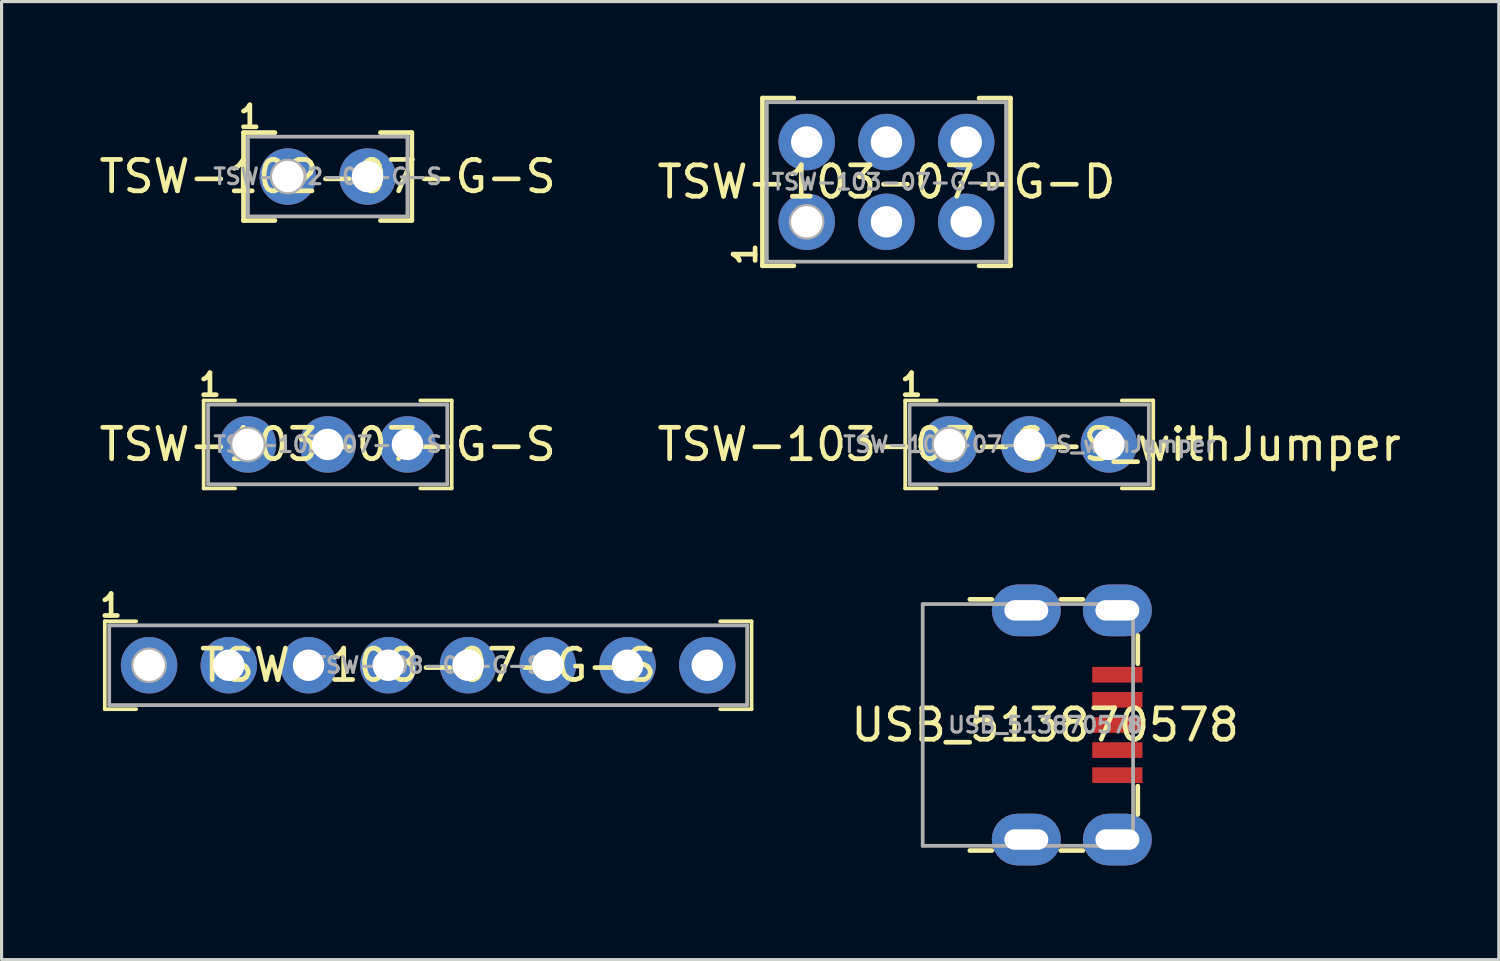
<source format=kicad_pcb>
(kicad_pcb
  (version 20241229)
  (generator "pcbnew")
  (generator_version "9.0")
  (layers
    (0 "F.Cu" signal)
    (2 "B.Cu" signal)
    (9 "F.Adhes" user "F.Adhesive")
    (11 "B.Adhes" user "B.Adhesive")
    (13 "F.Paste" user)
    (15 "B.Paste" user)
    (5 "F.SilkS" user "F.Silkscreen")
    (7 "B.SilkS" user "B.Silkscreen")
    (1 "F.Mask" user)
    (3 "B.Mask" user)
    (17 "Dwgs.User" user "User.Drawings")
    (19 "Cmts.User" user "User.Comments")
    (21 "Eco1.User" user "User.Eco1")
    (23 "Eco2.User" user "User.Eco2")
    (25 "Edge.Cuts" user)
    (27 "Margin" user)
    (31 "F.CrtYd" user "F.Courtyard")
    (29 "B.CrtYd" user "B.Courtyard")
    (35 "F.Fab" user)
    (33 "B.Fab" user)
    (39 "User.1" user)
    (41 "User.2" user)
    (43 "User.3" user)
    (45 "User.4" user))
  (footprint "TSW-102-07-G-S"
    (layer "F.Cu")
    (at 7.387 2.573)
    (property "Reference" "TSW-102-07-G-S" (at 0 0 0) (layer "F.SilkS") (effects (font (size 1 1) (thickness 0.15))))
    (attr through_hole)
    (fp_line (start -2.68 -1.4) (end -2.68 1.4) (stroke (width 0.15) (type solid)) (layer "F.SilkS"))
    (fp_line (start -2.68 -1.4) (end -1.68 -1.4) (stroke (width 0.15) (type solid)) (layer "F.SilkS"))
    (fp_line (start -2.68 1.4) (end -1.68 1.4) (stroke (width 0.15) (type solid)) (layer "F.SilkS"))
    (fp_line (start 2.68 -1.4) (end 1.68 -1.4) (stroke (width 0.15) (type solid)) (layer "F.SilkS"))
    (fp_line (start 2.68 1.4) (end 1.68 1.4) (stroke (width 0.15) (type solid)) (layer "F.SilkS"))
    (fp_line (start 2.68 1.4) (end 2.68 -1.4) (stroke (width 0.15) (type solid)) (layer "F.SilkS"))
    (fp_line (start -2.54 -1.27) (end -2.54 1.27) (stroke (width 0.12) (type solid)) (layer "F.Fab"))
    (fp_line (start -2.54 1.27) (end 2.54 1.27) (stroke (width 0.12) (type solid)) (layer "F.Fab"))
    (fp_line (start 2.54 -1.27) (end -2.54 -1.27) (stroke (width 0.12) (type solid)) (layer "F.Fab"))
    (fp_line (start 2.54 1.27) (end 2.54 -1.27) (stroke (width 0.12) (type solid)) (layer "F.Fab"))
    (fp_circle (center -1.27 0) (end -1.27 -0.508) (stroke (width 0.12) (type solid)) (fill no) (layer "F.Fab"))
    (fp_text user "1" (at -2.48 -1.9 0) (layer "F.SilkS") (effects (font (size 0.7 0.7) (thickness 0.15))))
    (fp_text user "${REFERENCE}" (at 0 0 0) (layer "F.Fab") (effects (font (size 0.5 0.5) (thickness 0.1))))
    (pad "1" thru_hole circle (at -1.27 0) (size 1.8 1.8) (drill 1) (layers "*.Cu" "*.Mask"))
    (pad "2" thru_hole circle (at 1.27 0) (size 1.8 1.8) (drill 1) (layers "*.Cu" "*.Mask")))
  (footprint "TSW-108-07-G-S"
    (layer "F.Cu")
    (at 10.588 18.139)
    (property "Reference" "TSW-108-07-G-S" (at 0 0 0) (layer "F.SilkS") (effects (font (size 1 1) (thickness 0.15))))
    (attr through_hole)
    (fp_line (start -10.3 -1.4) (end -10.3 1.4) (stroke (width 0.12) (type solid)) (layer "F.SilkS"))
    (fp_line (start -10.3 -1.4) (end -9.3 -1.4) (stroke (width 0.12) (type solid)) (layer "F.SilkS"))
    (fp_line (start -10.3 1.4) (end -9.3 1.4) (stroke (width 0.12) (type solid)) (layer "F.SilkS"))
    (fp_line (start 10.3 -1.4) (end 9.3 -1.4) (stroke (width 0.12) (type solid)) (layer "F.SilkS"))
    (fp_line (start 10.3 1.4) (end 9.3 1.4) (stroke (width 0.12) (type solid)) (layer "F.SilkS"))
    (fp_line (start 10.3 1.4) (end 10.3 -1.4) (stroke (width 0.12) (type solid)) (layer "F.SilkS"))
    (fp_line (start -10.16 -1.27) (end -10.16 1.27) (stroke (width 0.12) (type solid)) (layer "F.Fab"))
    (fp_line (start -10.16 1.27) (end 10.16 1.27) (stroke (width 0.12) (type solid)) (layer "F.Fab"))
    (fp_line (start 10.16 -1.27) (end -10.16 -1.27) (stroke (width 0.12) (type solid)) (layer "F.Fab"))
    (fp_line (start 10.16 1.27) (end 10.16 -1.27) (stroke (width 0.12) (type solid)) (layer "F.Fab"))
    (fp_circle (center -8.89 0) (end -8.89 -0.508) (stroke (width 0.12) (type solid)) (fill no) (layer "F.Fab"))
    (fp_text user "1" (at -10.1 -1.9 0) (layer "F.SilkS") (effects (font (size 0.7 0.7) (thickness 0.15))))
    (fp_text user "${REFERENCE}" (at 0 0 0) (layer "F.Fab") (effects (font (size 0.5 0.5) (thickness 0.1))))
    (pad "1" thru_hole circle (at -8.89 0) (size 1.8 1.8) (drill 1) (layers "*.Cu" "*.Mask"))
    (pad "2" thru_hole circle (at -6.35 0) (size 1.8 1.8) (drill 1) (layers "*.Cu" "*.Mask"))
    (pad "3" thru_hole circle (at -3.81 0) (size 1.8 1.8) (drill 1) (layers "*.Cu" "*.Mask"))
    (pad "4" thru_hole circle (at -1.27 0) (size 1.8 1.8) (drill 1) (layers "*.Cu" "*.Mask"))
    (pad "5" thru_hole circle (at 1.27 0) (size 1.8 1.8) (drill 1) (layers "*.Cu" "*.Mask"))
    (pad "6" thru_hole circle (at 3.81 0) (size 1.8 1.8) (drill 1) (layers "*.Cu" "*.Mask"))
    (pad "7" thru_hole circle (at 6.35 0) (size 1.8 1.8) (drill 1) (layers "*.Cu" "*.Mask"))
    (pad "8" thru_hole circle (at 8.89 0) (size 1.8 1.8) (drill 1) (layers "*.Cu" "*.Mask")))
  (footprint "TSW-103-07-G-D"
    (layer "F.Cu")
    (at 25.185 2.745)
    (property "Reference" "TSW-103-07-G-D" (at 0 0 0) (layer "F.SilkS") (effects (font (size 1 1) (thickness 0.15))))
    (attr through_hole)
    (fp_line (start -3.95 -2.67) (end -3.95 2.67) (stroke (width 0.15) (type solid)) (layer "F.SilkS"))
    (fp_line (start -3.95 -2.67) (end -2.95 -2.67) (stroke (width 0.15) (type solid)) (layer "F.SilkS"))
    (fp_line (start -3.95 2.67) (end -2.95 2.67) (stroke (width 0.15) (type solid)) (layer "F.SilkS"))
    (fp_line (start 3.95 -2.67) (end 2.95 -2.67) (stroke (width 0.15) (type solid)) (layer "F.SilkS"))
    (fp_line (start 3.95 2.67) (end 2.95 2.67) (stroke (width 0.15) (type solid)) (layer "F.SilkS"))
    (fp_line (start 3.95 2.67) (end 3.95 -2.67) (stroke (width 0.15) (type solid)) (layer "F.SilkS"))
    (fp_line (start -3.81 -2.54) (end -3.81 2.54) (stroke (width 0.12) (type solid)) (layer "F.Fab"))
    (fp_line (start -3.81 2.54) (end 3.81 2.54) (stroke (width 0.12) (type solid)) (layer "F.Fab"))
    (fp_line (start 3.81 -2.54) (end -3.81 -2.54) (stroke (width 0.12) (type solid)) (layer "F.Fab"))
    (fp_line (start 3.81 2.54) (end 3.81 -2.54) (stroke (width 0.12) (type solid)) (layer "F.Fab"))
    (fp_circle (center -2.54 1.27) (end -2.54 0.762) (stroke (width 0.12) (type solid)) (fill no) (layer "F.Fab"))
    (fp_text user "1" (at -4.5 2.3 90) (layer "F.SilkS") (effects (font (size 0.7 0.7) (thickness 0.15))))
    (fp_text user "${REFERENCE}" (at 0 0 0) (layer "F.Fab") (effects (font (size 0.5 0.5) (thickness 0.1))))
    (pad "1" thru_hole circle (at -2.54 1.27) (size 1.8 1.8) (drill 1) (layers "*.Cu" "*.Mask"))
    (pad "2" thru_hole circle (at -2.54 -1.27) (size 1.8 1.8) (drill 1) (layers "*.Cu" "*.Mask"))
    (pad "3" thru_hole circle (at 0 1.27) (size 1.8 1.8) (drill 1) (layers "*.Cu" "*.Mask"))
    (pad "4" thru_hole circle (at 0 -1.27) (size 1.8 1.8) (drill 1) (layers "*.Cu" "*.Mask"))
    (pad "5" thru_hole circle (at 2.54 1.27) (size 1.8 1.8) (drill 1) (layers "*.Cu" "*.Mask"))
    (pad "6" thru_hole circle (at 2.54 -1.27) (size 1.8 1.8) (drill 1) (layers "*.Cu" "*.Mask")))
  (footprint "TSW-103-07-G-S_withJumper"
    (layer "F.Cu")
    (at 29.732 11.106)
    (property "Reference" "TSW-103-07-G-S_withJumper" (at 0 0 0) (layer "F.SilkS") (effects (font (size 1 1) (thickness 0.15))))
    (attr through_hole)
    (fp_line (start -3.95 -1.4) (end -3.95 1.4) (stroke (width 0.12) (type solid)) (layer "F.SilkS"))
    (fp_line (start -3.95 -1.4) (end -2.95 -1.4) (stroke (width 0.12) (type solid)) (layer "F.SilkS"))
    (fp_line (start -3.95 1.4) (end -2.95 1.4) (stroke (width 0.12) (type solid)) (layer "F.SilkS"))
    (fp_line (start 3.95 -1.4) (end 2.95 -1.4) (stroke (width 0.12) (type solid)) (layer "F.SilkS"))
    (fp_line (start 3.95 1.4) (end 2.95 1.4) (stroke (width 0.12) (type solid)) (layer "F.SilkS"))
    (fp_line (start 3.95 1.4) (end 3.95 -1.4) (stroke (width 0.12) (type solid)) (layer "F.SilkS"))
    (fp_line (start -3.81 -1.27) (end -3.81 1.27) (stroke (width 0.12) (type solid)) (layer "F.Fab"))
    (fp_line (start -3.81 1.27) (end 3.81 1.27) (stroke (width 0.12) (type solid)) (layer "F.Fab"))
    (fp_line (start 3.81 -1.27) (end -3.81 -1.27) (stroke (width 0.12) (type solid)) (layer "F.Fab"))
    (fp_line (start 3.81 1.27) (end 3.81 -1.27) (stroke (width 0.12) (type solid)) (layer "F.Fab"))
    (fp_circle (center -2.54 0) (end -2.54 -0.508) (stroke (width 0.12) (type solid)) (fill no) (layer "F.Fab"))
    (fp_text user "1" (at -3.75 -1.9 0) (layer "F.SilkS") (effects (font (size 0.7 0.7) (thickness 0.15))))
    (fp_text user "${REFERENCE}" (at 0 0 0) (layer "F.Fab") (effects (font (size 0.5 0.5) (thickness 0.1))))
    (pad "1" thru_hole circle (at -2.54 0) (size 1.8 1.8) (drill 1) (layers "*.Cu" "*.Mask"))
    (pad "2" thru_hole circle (at 0 0) (size 1.8 1.8) (drill 1) (layers "*.Cu" "*.Mask"))
    (pad "3" thru_hole circle (at 2.54 0) (size 1.8 1.8) (drill 1) (layers "*.Cu" "*.Mask")))
  (footprint "USB_513870578"
    (layer "F.Cu")
    (at 27.74 20.041)
    (property "Reference" "USB_513870578" (at 2.5 0 0) (layer "F.SilkS") (effects (font (size 1 1) (thickness 0.15))))
    (attr through_hole)
    (fp_line (start 0.1 -4) (end 0.8 -4) (stroke (width 0.15) (type solid)) (layer "F.SilkS"))
    (fp_line (start 0.1 4) (end 0.8 4) (stroke (width 0.15) (type solid)) (layer "F.SilkS"))
    (fp_line (start 3 -4) (end 3.7 -4) (stroke (width 0.15) (type solid)) (layer "F.SilkS"))
    (fp_line (start 3 4) (end 3.7 4) (stroke (width 0.15) (type solid)) (layer "F.SilkS"))
    (fp_line (start 5.45 -2.85) (end 5.45 -1.95) (stroke (width 0.15) (type solid)) (layer "F.SilkS"))
    (fp_line (start 5.45 1.95) (end 5.45 2.85) (stroke (width 0.15) (type solid)) (layer "F.SilkS"))
    (fp_line (start -1.4 -3.85) (end -1.4 3.85) (stroke (width 0.12) (type solid)) (layer "F.Fab"))
    (fp_line (start -1.4 3.85) (end 5.3 3.85) (stroke (width 0.12) (type solid)) (layer "F.Fab"))
    (fp_line (start 5.3 -3.85) (end -1.4 -3.85) (stroke (width 0.12) (type solid)) (layer "F.Fab"))
    (fp_line (start 5.3 -3.85) (end 5.3 3.85) (stroke (width 0.12) (type solid)) (layer "F.Fab"))
    (fp_text user "${REFERENCE}" (at 2.5 0 0) (layer "F.Fab") (effects (font (size 0.5 0.5) (thickness 0.1))))
    (pad "1" smd rect (at 4.8 -1.6 90) (size 0.5 1.6) (layers "F.Cu" "F.Mask" "F.Paste"))
    (pad "2" smd rect (at 4.8 -0.8 90) (size 0.5 1.6) (layers "F.Cu" "F.Mask" "F.Paste"))
    (pad "3" smd rect (at 4.8 0 90) (size 0.5 1.6) (layers "F.Cu" "F.Mask" "F.Paste"))
    (pad "4" smd rect (at 4.8 0.8 90) (size 0.5 1.6) (layers "F.Cu" "F.Mask" "F.Paste"))
    (pad "5" smd rect (at 4.8 1.6 90) (size 0.5 1.6) (layers "F.Cu" "F.Mask" "F.Paste"))
    (pad "6" thru_hole roundrect (at 1.9 -3.65 90) (size 1.65 2.2) (drill oval 0.65 1.4) (layers "*.Cu" "*.Mask") (roundrect_rratio 0.5))
    (pad "6" thru_hole roundrect (at 1.9 3.65 90) (size 1.65 2.2) (drill oval 0.65 1.4) (layers "*.Cu" "*.Mask") (roundrect_rratio 0.5))
    (pad "6" thru_hole roundrect (at 4.8 -3.65 90) (size 1.65 2.2) (drill oval 0.65 1.4) (layers "*.Cu" "*.Mask") (roundrect_rratio 0.5))
    (pad "6" thru_hole roundrect (at 4.8 3.65 90) (size 1.65 2.2) (drill oval 0.65 1.4) (layers "*.Cu" "*.Mask") (roundrect_rratio 0.5)))
  (footprint "TSW-103-07-G-S"
    (layer "F.Cu")
    (at 7.387 11.106)
    (property "Reference" "TSW-103-07-G-S" (at 0 0 0) (layer "F.SilkS") (effects (font (size 1 1) (thickness 0.15))))
    (attr through_hole)
    (fp_line (start -3.95 -1.4) (end -3.95 1.4) (stroke (width 0.12) (type solid)) (layer "F.SilkS"))
    (fp_line (start -3.95 -1.4) (end -2.95 -1.4) (stroke (width 0.12) (type solid)) (layer "F.SilkS"))
    (fp_line (start -3.95 1.4) (end -2.95 1.4) (stroke (width 0.12) (type solid)) (layer "F.SilkS"))
    (fp_line (start 3.95 -1.4) (end 2.95 -1.4) (stroke (width 0.12) (type solid)) (layer "F.SilkS"))
    (fp_line (start 3.95 1.4) (end 2.95 1.4) (stroke (width 0.12) (type solid)) (layer "F.SilkS"))
    (fp_line (start 3.95 1.4) (end 3.95 -1.4) (stroke (width 0.12) (type solid)) (layer "F.SilkS"))
    (fp_line (start -3.81 -1.27) (end -3.81 1.27) (stroke (width 0.12) (type solid)) (layer "F.Fab"))
    (fp_line (start -3.81 1.27) (end 3.81 1.27) (stroke (width 0.12) (type solid)) (layer "F.Fab"))
    (fp_line (start 3.81 -1.27) (end -3.81 -1.27) (stroke (width 0.12) (type solid)) (layer "F.Fab"))
    (fp_line (start 3.81 1.27) (end 3.81 -1.27) (stroke (width 0.12) (type solid)) (layer "F.Fab"))
    (fp_circle (center -2.54 0) (end -2.54 -0.508) (stroke (width 0.12) (type solid)) (fill no) (layer "F.Fab"))
    (fp_text user "1" (at -3.75 -1.9 0) (layer "F.SilkS") (effects (font (size 0.7 0.7) (thickness 0.15))))
    (fp_text user "${REFERENCE}" (at 0 0 0) (layer "F.Fab") (effects (font (size 0.5 0.5) (thickness 0.1))))
    (pad "1" thru_hole circle (at -2.54 0) (size 1.8 1.8) (drill 1) (layers "*.Cu" "*.Mask"))
    (pad "2" thru_hole circle (at 0 0) (size 1.8 1.8) (drill 1) (layers "*.Cu" "*.Mask"))
    (pad "3" thru_hole circle (at 2.54 0) (size 1.8 1.8) (drill 1) (layers "*.Cu" "*.Mask")))
  (gr_rect
    (start -3 -3)
    (end 44.69 27.516)
    (stroke (width 0.1) (type default))
    (fill no)
    (layer "Edge.Cuts")))
</source>
